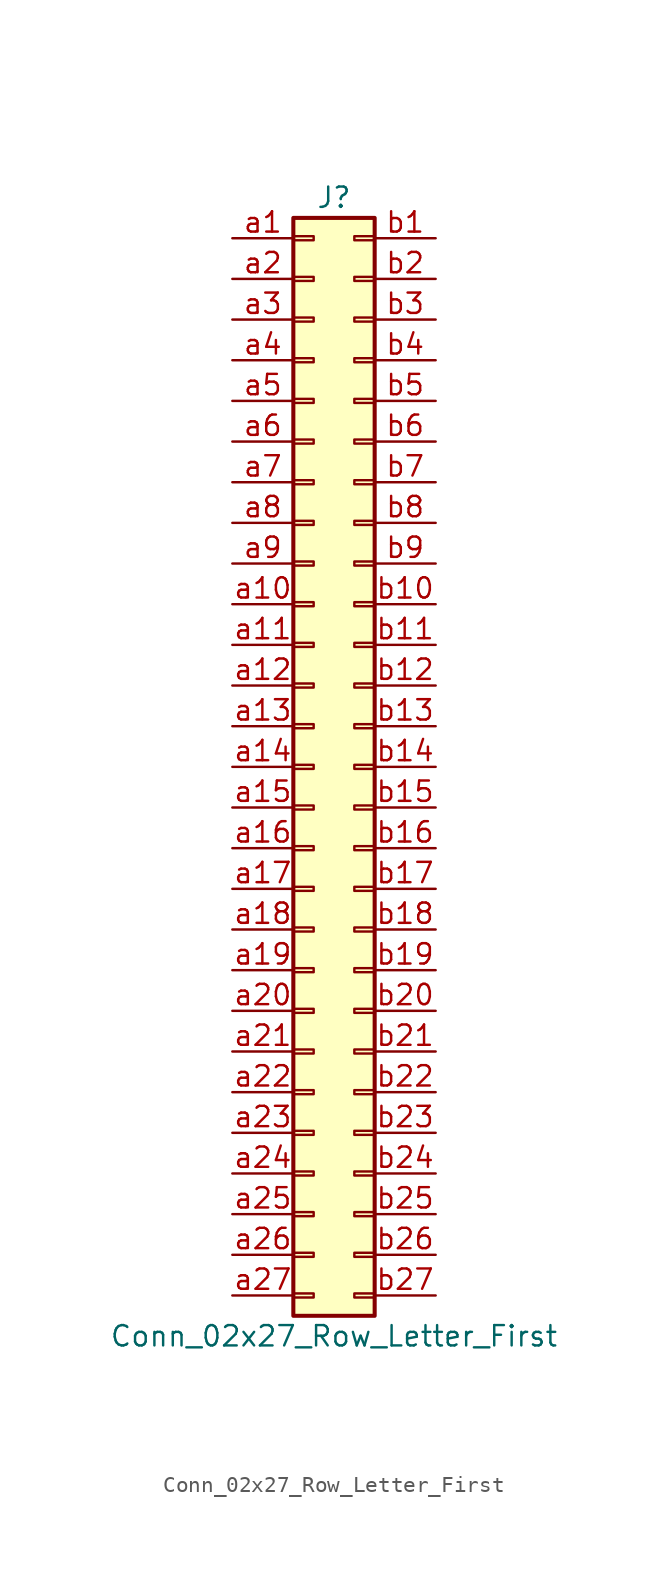
<source format=kicad_sym>
(kicad_symbol_lib
  (version 20201005)
  (generator kicad_symbol_editor)
  (symbol "Conn_02x27_Row_Letter_First"
    (pin_names
      (offset 1.016) hide)
    (property "Reference" "J"
      (at 1.27 35.56 0)
      (effects (font (size 1.27 1.27))))
    (property "Value" "Conn_02x27_Row_Letter_First"
      (at 1.27 -35.56 0)
      (effects (font (size 1.27 1.27))))
    (symbol "Conn_02x27_Row_Letter_First_1_1"
      (rectangle (start -1.27 -32.893) (end 0 -33.147) (stroke (width 0.152)) (fill (type none)))
      (rectangle (start -1.27 -30.353) (end 0 -30.607) (stroke (width 0.152)) (fill (type none)))
      (rectangle (start -1.27 -27.813) (end 0 -28.067) (stroke (width 0.152)) (fill (type none)))
      (rectangle (start -1.27 -25.273) (end 0 -25.527) (stroke (width 0.152)) (fill (type none)))
      (rectangle (start -1.27 -22.733) (end 0 -22.987) (stroke (width 0.152)) (fill (type none)))
      (rectangle (start -1.27 -20.193) (end 0 -20.447) (stroke (width 0.152)) (fill (type none)))
      (rectangle (start -1.27 -17.653) (end 0 -17.907) (stroke (width 0.152)) (fill (type none)))
      (rectangle (start -1.27 -15.113) (end 0 -15.367) (stroke (width 0.152)) (fill (type none)))
      (rectangle (start -1.27 -12.573) (end 0 -12.827) (stroke (width 0.152)) (fill (type none)))
      (rectangle (start -1.27 -10.033) (end 0 -10.287) (stroke (width 0.152)) (fill (type none)))
      (rectangle (start -1.27 -7.493) (end 0 -7.747) (stroke (width 0.152)) (fill (type none)))
      (rectangle (start -1.27 -4.953) (end 0 -5.207) (stroke (width 0.152)) (fill (type none)))
      (rectangle (start -1.27 -2.413) (end 0 -2.667) (stroke (width 0.152)) (fill (type none)))
      (rectangle (start -1.27 0.127) (end 0 -0.127) (stroke (width 0.152)) (fill (type none)))
      (rectangle (start -1.27 2.667) (end 0 2.413) (stroke (width 0.152)) (fill (type none)))
      (rectangle (start -1.27 5.207) (end 0 4.953) (stroke (width 0.152)) (fill (type none)))
      (rectangle (start -1.27 7.747) (end 0 7.493) (stroke (width 0.152)) (fill (type none)))
      (rectangle (start -1.27 10.287) (end 0 10.033) (stroke (width 0.152)) (fill (type none)))
      (rectangle (start -1.27 12.827) (end 0 12.573) (stroke (width 0.152)) (fill (type none)))
      (rectangle (start -1.27 15.367) (end 0 15.113) (stroke (width 0.152)) (fill (type none)))
      (rectangle (start -1.27 17.907) (end 0 17.653) (stroke (width 0.152)) (fill (type none)))
      (rectangle (start -1.27 20.447) (end 0 20.193) (stroke (width 0.152)) (fill (type none)))
      (rectangle (start -1.27 22.987) (end 0 22.733) (stroke (width 0.152)) (fill (type none)))
      (rectangle (start -1.27 25.527) (end 0 25.273) (stroke (width 0.152)) (fill (type none)))
      (rectangle (start -1.27 28.067) (end 0 27.813) (stroke (width 0.152)) (fill (type none)))
      (rectangle (start -1.27 30.607) (end 0 30.353) (stroke (width 0.152)) (fill (type none)))
      (rectangle (start -1.27 33.147) (end 0 32.893) (stroke (width 0.152)) (fill (type none)))
      (rectangle (start 3.81 -32.893) (end 2.54 -33.147) (stroke (width 0.152)) (fill (type none)))
      (rectangle (start 3.81 -30.353) (end 2.54 -30.607) (stroke (width 0.152)) (fill (type none)))
      (rectangle (start 3.81 -27.813) (end 2.54 -28.067) (stroke (width 0.152)) (fill (type none)))
      (rectangle (start 3.81 -25.273) (end 2.54 -25.527) (stroke (width 0.152)) (fill (type none)))
      (rectangle (start 3.81 -22.733) (end 2.54 -22.987) (stroke (width 0.152)) (fill (type none)))
      (rectangle (start 3.81 -20.193) (end 2.54 -20.447) (stroke (width 0.152)) (fill (type none)))
      (rectangle (start 3.81 -17.653) (end 2.54 -17.907) (stroke (width 0.152)) (fill (type none)))
      (rectangle (start 3.81 -15.113) (end 2.54 -15.367) (stroke (width 0.152)) (fill (type none)))
      (rectangle (start 3.81 -12.573) (end 2.54 -12.827) (stroke (width 0.152)) (fill (type none)))
      (rectangle (start 3.81 -10.033) (end 2.54 -10.287) (stroke (width 0.152)) (fill (type none)))
      (rectangle (start 3.81 -7.493) (end 2.54 -7.747) (stroke (width 0.152)) (fill (type none)))
      (rectangle (start 3.81 -4.953) (end 2.54 -5.207) (stroke (width 0.152)) (fill (type none)))
      (rectangle (start 3.81 -2.413) (end 2.54 -2.667) (stroke (width 0.152)) (fill (type none)))
      (rectangle (start 3.81 0.127) (end 2.54 -0.127) (stroke (width 0.152)) (fill (type none)))
      (rectangle (start 3.81 2.667) (end 2.54 2.413) (stroke (width 0.152)) (fill (type none)))
      (rectangle (start 3.81 5.207) (end 2.54 4.953) (stroke (width 0.152)) (fill (type none)))
      (rectangle (start 3.81 7.747) (end 2.54 7.493) (stroke (width 0.152)) (fill (type none)))
      (rectangle (start 3.81 10.287) (end 2.54 10.033) (stroke (width 0.152)) (fill (type none)))
      (rectangle (start 3.81 12.827) (end 2.54 12.573) (stroke (width 0.152)) (fill (type none)))
      (rectangle (start 3.81 15.367) (end 2.54 15.113) (stroke (width 0.152)) (fill (type none)))
      (rectangle (start 3.81 17.907) (end 2.54 17.653) (stroke (width 0.152)) (fill (type none)))
      (rectangle (start 3.81 20.447) (end 2.54 20.193) (stroke (width 0.152)) (fill (type none)))
      (rectangle (start 3.81 22.987) (end 2.54 22.733) (stroke (width 0.152)) (fill (type none)))
      (rectangle (start 3.81 25.527) (end 2.54 25.273) (stroke (width 0.152)) (fill (type none)))
      (rectangle (start 3.81 28.067) (end 2.54 27.813) (stroke (width 0.152)) (fill (type none)))
      (rectangle (start 3.81 30.607) (end 2.54 30.353) (stroke (width 0.152)) (fill (type none)))
      (rectangle (start 3.81 33.147) (end 2.54 32.893) (stroke (width 0.152)) (fill (type none)))
      (rectangle (start -1.27 34.29) (end 3.81 -34.29) (stroke (width 0.254)) (fill (type background)))
      (pin passive line (at -5.08 33.02 0) (length 3.81) (name "Pin_a1" (effects (font (size 1.27 1.27)))) (number "a1" (effects (font (size 1.27 1.27)))))
      (pin passive line (at -5.08 10.16 0) (length 3.81) (name "Pin_a10" (effects (font (size 1.27 1.27)))) (number "a10" (effects (font (size 1.27 1.27)))))
      (pin passive line (at -5.08 7.62 0) (length 3.81) (name "Pin_a11" (effects (font (size 1.27 1.27)))) (number "a11" (effects (font (size 1.27 1.27)))))
      (pin passive line (at -5.08 5.08 0) (length 3.81) (name "Pin_a12" (effects (font (size 1.27 1.27)))) (number "a12" (effects (font (size 1.27 1.27)))))
      (pin passive line (at -5.08 2.54 0) (length 3.81) (name "Pin_a13" (effects (font (size 1.27 1.27)))) (number "a13" (effects (font (size 1.27 1.27)))))
      (pin passive line (at -5.08 0 0) (length 3.81) (name "Pin_a14" (effects (font (size 1.27 1.27)))) (number "a14" (effects (font (size 1.27 1.27)))))
      (pin passive line (at -5.08 -2.54 0) (length 3.81) (name "Pin_a15" (effects (font (size 1.27 1.27)))) (number "a15" (effects (font (size 1.27 1.27)))))
      (pin passive line (at -5.08 -5.08 0) (length 3.81) (name "Pin_a16" (effects (font (size 1.27 1.27)))) (number "a16" (effects (font (size 1.27 1.27)))))
      (pin passive line (at -5.08 -7.62 0) (length 3.81) (name "Pin_a17" (effects (font (size 1.27 1.27)))) (number "a17" (effects (font (size 1.27 1.27)))))
      (pin passive line (at -5.08 -10.16 0) (length 3.81) (name "Pin_a18" (effects (font (size 1.27 1.27)))) (number "a18" (effects (font (size 1.27 1.27)))))
      (pin passive line (at -5.08 -12.7 0) (length 3.81) (name "Pin_a19" (effects (font (size 1.27 1.27)))) (number "a19" (effects (font (size 1.27 1.27)))))
      (pin passive line (at -5.08 30.48 0) (length 3.81) (name "Pin_a2" (effects (font (size 1.27 1.27)))) (number "a2" (effects (font (size 1.27 1.27)))))
      (pin passive line (at -5.08 -15.24 0) (length 3.81) (name "Pin_a20" (effects (font (size 1.27 1.27)))) (number "a20" (effects (font (size 1.27 1.27)))))
      (pin passive line (at -5.08 -17.78 0) (length 3.81) (name "Pin_a21" (effects (font (size 1.27 1.27)))) (number "a21" (effects (font (size 1.27 1.27)))))
      (pin passive line (at -5.08 -20.32 0) (length 3.81) (name "Pin_a22" (effects (font (size 1.27 1.27)))) (number "a22" (effects (font (size 1.27 1.27)))))
      (pin passive line (at -5.08 -22.86 0) (length 3.81) (name "Pin_a23" (effects (font (size 1.27 1.27)))) (number "a23" (effects (font (size 1.27 1.27)))))
      (pin passive line (at -5.08 -25.4 0) (length 3.81) (name "Pin_a24" (effects (font (size 1.27 1.27)))) (number "a24" (effects (font (size 1.27 1.27)))))
      (pin passive line (at -5.08 -27.94 0) (length 3.81) (name "Pin_a25" (effects (font (size 1.27 1.27)))) (number "a25" (effects (font (size 1.27 1.27)))))
      (pin passive line (at -5.08 -30.48 0) (length 3.81) (name "Pin_a26" (effects (font (size 1.27 1.27)))) (number "a26" (effects (font (size 1.27 1.27)))))
      (pin passive line (at -5.08 -33.02 0) (length 3.81) (name "Pin_a27" (effects (font (size 1.27 1.27)))) (number "a27" (effects (font (size 1.27 1.27)))))
      (pin passive line (at -5.08 27.94 0) (length 3.81) (name "Pin_a3" (effects (font (size 1.27 1.27)))) (number "a3" (effects (font (size 1.27 1.27)))))
      (pin passive line (at -5.08 25.4 0) (length 3.81) (name "Pin_a4" (effects (font (size 1.27 1.27)))) (number "a4" (effects (font (size 1.27 1.27)))))
      (pin passive line (at -5.08 22.86 0) (length 3.81) (name "Pin_a5" (effects (font (size 1.27 1.27)))) (number "a5" (effects (font (size 1.27 1.27)))))
      (pin passive line (at -5.08 20.32 0) (length 3.81) (name "Pin_a6" (effects (font (size 1.27 1.27)))) (number "a6" (effects (font (size 1.27 1.27)))))
      (pin passive line (at -5.08 17.78 0) (length 3.81) (name "Pin_a7" (effects (font (size 1.27 1.27)))) (number "a7" (effects (font (size 1.27 1.27)))))
      (pin passive line (at -5.08 15.24 0) (length 3.81) (name "Pin_a8" (effects (font (size 1.27 1.27)))) (number "a8" (effects (font (size 1.27 1.27)))))
      (pin passive line (at -5.08 12.7 0) (length 3.81) (name "Pin_a9" (effects (font (size 1.27 1.27)))) (number "a9" (effects (font (size 1.27 1.27)))))
      (pin passive line (at 7.62 33.02 180) (length 3.81) (name "Pin_b1" (effects (font (size 1.27 1.27)))) (number "b1" (effects (font (size 1.27 1.27)))))
      (pin passive line (at 7.62 10.16 180) (length 3.81) (name "Pin_b10" (effects (font (size 1.27 1.27)))) (number "b10" (effects (font (size 1.27 1.27)))))
      (pin passive line (at 7.62 7.62 180) (length 3.81) (name "Pin_b11" (effects (font (size 1.27 1.27)))) (number "b11" (effects (font (size 1.27 1.27)))))
      (pin passive line (at 7.62 5.08 180) (length 3.81) (name "Pin_b12" (effects (font (size 1.27 1.27)))) (number "b12" (effects (font (size 1.27 1.27)))))
      (pin passive line (at 7.62 2.54 180) (length 3.81) (name "Pin_b13" (effects (font (size 1.27 1.27)))) (number "b13" (effects (font (size 1.27 1.27)))))
      (pin passive line (at 7.62 0 180) (length 3.81) (name "Pin_b14" (effects (font (size 1.27 1.27)))) (number "b14" (effects (font (size 1.27 1.27)))))
      (pin passive line (at 7.62 -2.54 180) (length 3.81) (name "Pin_b15" (effects (font (size 1.27 1.27)))) (number "b15" (effects (font (size 1.27 1.27)))))
      (pin passive line (at 7.62 -5.08 180) (length 3.81) (name "Pin_b16" (effects (font (size 1.27 1.27)))) (number "b16" (effects (font (size 1.27 1.27)))))
      (pin passive line (at 7.62 -7.62 180) (length 3.81) (name "Pin_b17" (effects (font (size 1.27 1.27)))) (number "b17" (effects (font (size 1.27 1.27)))))
      (pin passive line (at 7.62 -10.16 180) (length 3.81) (name "Pin_b18" (effects (font (size 1.27 1.27)))) (number "b18" (effects (font (size 1.27 1.27)))))
      (pin passive line (at 7.62 -12.7 180) (length 3.81) (name "Pin_b19" (effects (font (size 1.27 1.27)))) (number "b19" (effects (font (size 1.27 1.27)))))
      (pin passive line (at 7.62 30.48 180) (length 3.81) (name "Pin_b2" (effects (font (size 1.27 1.27)))) (number "b2" (effects (font (size 1.27 1.27)))))
      (pin passive line (at 7.62 -15.24 180) (length 3.81) (name "Pin_b20" (effects (font (size 1.27 1.27)))) (number "b20" (effects (font (size 1.27 1.27)))))
      (pin passive line (at 7.62 -17.78 180) (length 3.81) (name "Pin_b21" (effects (font (size 1.27 1.27)))) (number "b21" (effects (font (size 1.27 1.27)))))
      (pin passive line (at 7.62 -20.32 180) (length 3.81) (name "Pin_b22" (effects (font (size 1.27 1.27)))) (number "b22" (effects (font (size 1.27 1.27)))))
      (pin passive line (at 7.62 -22.86 180) (length 3.81) (name "Pin_b23" (effects (font (size 1.27 1.27)))) (number "b23" (effects (font (size 1.27 1.27)))))
      (pin passive line (at 7.62 -25.4 180) (length 3.81) (name "Pin_b24" (effects (font (size 1.27 1.27)))) (number "b24" (effects (font (size 1.27 1.27)))))
      (pin passive line (at 7.62 -27.94 180) (length 3.81) (name "Pin_b25" (effects (font (size 1.27 1.27)))) (number "b25" (effects (font (size 1.27 1.27)))))
      (pin passive line (at 7.62 -30.48 180) (length 3.81) (name "Pin_b26" (effects (font (size 1.27 1.27)))) (number "b26" (effects (font (size 1.27 1.27)))))
      (pin passive line (at 7.62 -33.02 180) (length 3.81) (name "Pin_b27" (effects (font (size 1.27 1.27)))) (number "b27" (effects (font (size 1.27 1.27)))))
      (pin passive line (at 7.62 27.94 180) (length 3.81) (name "Pin_b3" (effects (font (size 1.27 1.27)))) (number "b3" (effects (font (size 1.27 1.27)))))
      (pin passive line (at 7.62 25.4 180) (length 3.81) (name "Pin_b4" (effects (font (size 1.27 1.27)))) (number "b4" (effects (font (size 1.27 1.27)))))
      (pin passive line (at 7.62 22.86 180) (length 3.81) (name "Pin_b5" (effects (font (size 1.27 1.27)))) (number "b5" (effects (font (size 1.27 1.27)))))
      (pin passive line (at 7.62 20.32 180) (length 3.81) (name "Pin_b6" (effects (font (size 1.27 1.27)))) (number "b6" (effects (font (size 1.27 1.27)))))
      (pin passive line (at 7.62 17.78 180) (length 3.81) (name "Pin_b7" (effects (font (size 1.27 1.27)))) (number "b7" (effects (font (size 1.27 1.27)))))
      (pin passive line (at 7.62 15.24 180) (length 3.81) (name "Pin_b8" (effects (font (size 1.27 1.27)))) (number "b8" (effects (font (size 1.27 1.27)))))
      (pin passive line (at 7.62 12.7 180) (length 3.81) (name "Pin_b9" (effects (font (size 1.27 1.27)))) (number "b9" (effects (font (size 1.27 1.27))))))))
</source>
